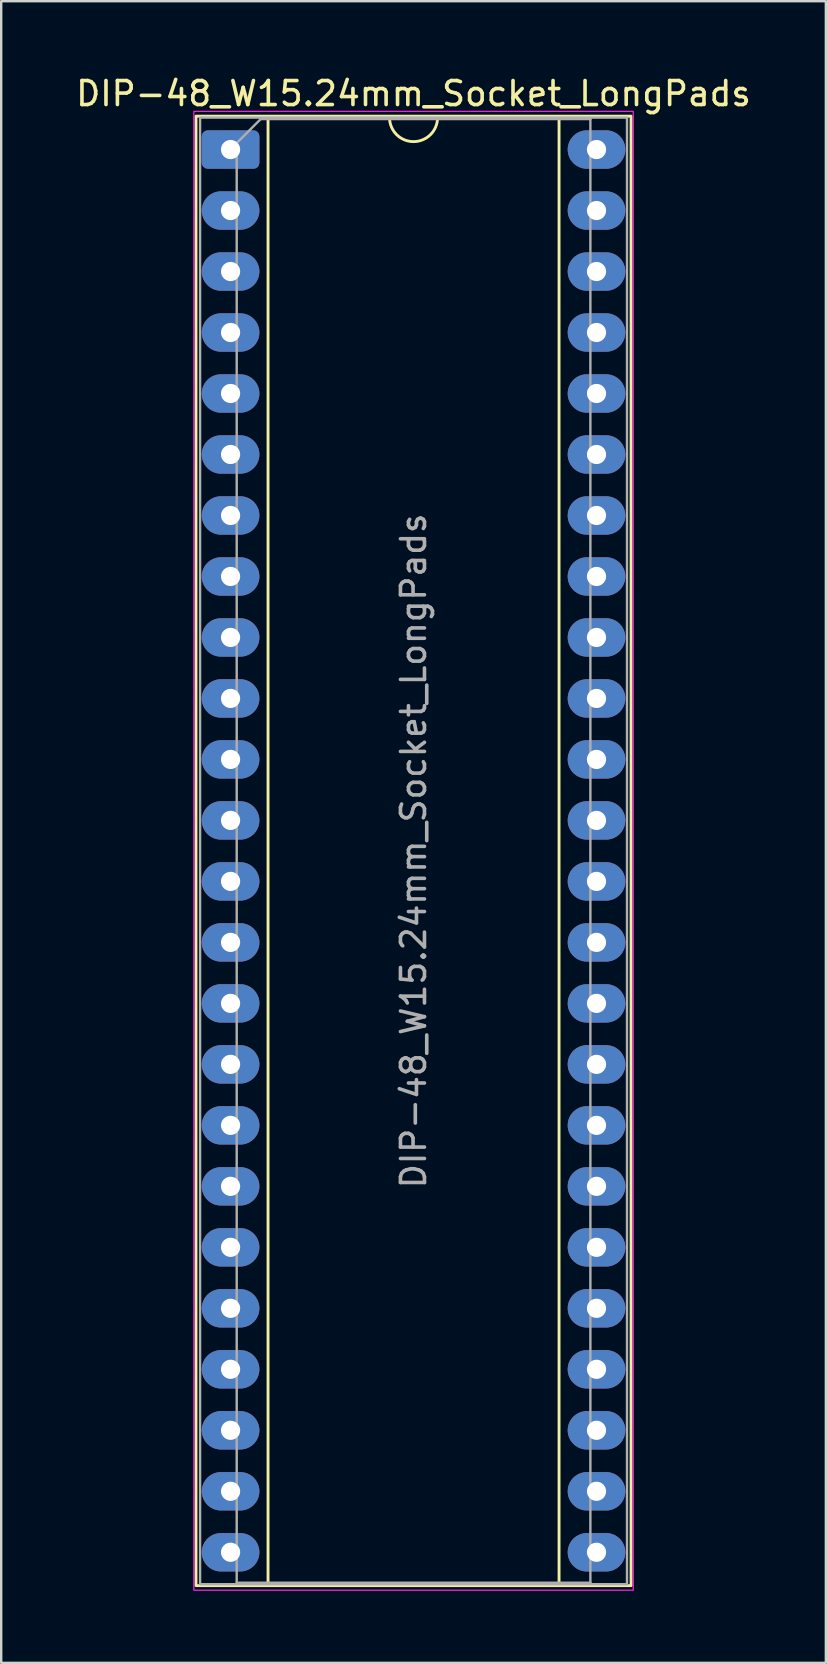
<source format=kicad_pcb>
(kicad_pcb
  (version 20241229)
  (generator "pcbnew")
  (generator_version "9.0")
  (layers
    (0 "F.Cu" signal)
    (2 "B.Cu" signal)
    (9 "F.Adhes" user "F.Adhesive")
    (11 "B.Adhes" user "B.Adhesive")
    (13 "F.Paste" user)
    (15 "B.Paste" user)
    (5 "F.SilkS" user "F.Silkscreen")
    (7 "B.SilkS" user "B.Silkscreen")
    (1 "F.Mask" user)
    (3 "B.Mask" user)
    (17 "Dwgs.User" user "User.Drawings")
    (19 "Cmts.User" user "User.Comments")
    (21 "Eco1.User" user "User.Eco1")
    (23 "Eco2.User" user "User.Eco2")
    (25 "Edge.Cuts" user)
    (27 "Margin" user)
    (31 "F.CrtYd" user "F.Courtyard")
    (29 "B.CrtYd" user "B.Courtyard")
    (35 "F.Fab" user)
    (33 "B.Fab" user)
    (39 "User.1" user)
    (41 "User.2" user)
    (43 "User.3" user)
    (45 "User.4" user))
  (footprint "DIP-48_W15.24mm_Socket_LongPads"
    (layer "F.Cu")
    (at 6.553 3.178)
    (property "Reference" "DIP-48_W15.24mm_Socket_LongPads" (at 7.62 -2.33 0) (layer "F.SilkS") (effects (font (size 1 1) (thickness 0.15))))
    (attr through_hole)
    (fp_line (start 1.56 -1.33) (end 1.56 59.75) (stroke (width 0.12) (type solid)) (layer "F.SilkS"))
    (fp_line (start 1.56 59.75) (end 13.68 59.75) (stroke (width 0.12) (type solid)) (layer "F.SilkS"))
    (fp_line (start 6.62 -1.33) (end 1.56 -1.33) (stroke (width 0.12) (type solid)) (layer "F.SilkS"))
    (fp_line (start 13.68 -1.33) (end 8.62 -1.33) (stroke (width 0.12) (type solid)) (layer "F.SilkS"))
    (fp_line (start 13.68 59.75) (end 13.68 -1.33) (stroke (width 0.12) (type solid)) (layer "F.SilkS"))
    (fp_rect (start -1.44 -1.39) (end 16.68 59.81) (stroke (width 0.12) (type solid)) (fill no) (layer "F.SilkS"))
    (fp_arc (start 8.62 -1.33) (mid 7.62 -0.33) (end 6.62 -1.33) (stroke (width 0.12) (type solid)) (layer "F.SilkS"))
    (fp_rect (start -1.53 -1.59) (end 16.77 60) (stroke (width 0.05) (type solid)) (fill no) (layer "F.CrtYd"))
    (fp_line (start 0.255 -0.27) (end 1.255 -1.27) (stroke (width 0.1) (type solid)) (layer "F.Fab"))
    (fp_line (start 0.255 59.69) (end 0.255 -0.27) (stroke (width 0.1) (type solid)) (layer "F.Fab"))
    (fp_line (start 1.255 -1.27) (end 14.985 -1.27) (stroke (width 0.1) (type solid)) (layer "F.Fab"))
    (fp_line (start 14.985 -1.27) (end 14.985 59.69) (stroke (width 0.1) (type solid)) (layer "F.Fab"))
    (fp_line (start 14.985 59.69) (end 0.255 59.69) (stroke (width 0.1) (type solid)) (layer "F.Fab"))
    (fp_rect (start -1.27 -1.33) (end 16.51 59.75) (stroke (width 0.1) (type solid)) (fill no) (layer "F.Fab"))
    (fp_text user "${REFERENCE}" (at 7.62 29.21 90) (layer "F.Fab") (effects (font (size 1 1) (thickness 0.15))))
    (pad "1" thru_hole roundrect (at 0 0) (size 2.4 1.6) (drill 0.8) (layers "*.Cu" "*.Mask") (roundrect_rratio 0.156))
    (pad "2" thru_hole oval (at 0 2.54) (size 2.4 1.6) (drill 0.8) (layers "*.Cu" "*.Mask"))
    (pad "3" thru_hole oval (at 0 5.08) (size 2.4 1.6) (drill 0.8) (layers "*.Cu" "*.Mask"))
    (pad "4" thru_hole oval (at 0 7.62) (size 2.4 1.6) (drill 0.8) (layers "*.Cu" "*.Mask"))
    (pad "5" thru_hole oval (at 0 10.16) (size 2.4 1.6) (drill 0.8) (layers "*.Cu" "*.Mask"))
    (pad "6" thru_hole oval (at 0 12.7) (size 2.4 1.6) (drill 0.8) (layers "*.Cu" "*.Mask"))
    (pad "7" thru_hole oval (at 0 15.24) (size 2.4 1.6) (drill 0.8) (layers "*.Cu" "*.Mask"))
    (pad "8" thru_hole oval (at 0 17.78) (size 2.4 1.6) (drill 0.8) (layers "*.Cu" "*.Mask"))
    (pad "9" thru_hole oval (at 0 20.32) (size 2.4 1.6) (drill 0.8) (layers "*.Cu" "*.Mask"))
    (pad "10" thru_hole oval (at 0 22.86) (size 2.4 1.6) (drill 0.8) (layers "*.Cu" "*.Mask"))
    (pad "11" thru_hole oval (at 0 25.4) (size 2.4 1.6) (drill 0.8) (layers "*.Cu" "*.Mask"))
    (pad "12" thru_hole oval (at 0 27.94) (size 2.4 1.6) (drill 0.8) (layers "*.Cu" "*.Mask"))
    (pad "13" thru_hole oval (at 0 30.48) (size 2.4 1.6) (drill 0.8) (layers "*.Cu" "*.Mask"))
    (pad "14" thru_hole oval (at 0 33.02) (size 2.4 1.6) (drill 0.8) (layers "*.Cu" "*.Mask"))
    (pad "15" thru_hole oval (at 0 35.56) (size 2.4 1.6) (drill 0.8) (layers "*.Cu" "*.Mask"))
    (pad "16" thru_hole oval (at 0 38.1) (size 2.4 1.6) (drill 0.8) (layers "*.Cu" "*.Mask"))
    (pad "17" thru_hole oval (at 0 40.64) (size 2.4 1.6) (drill 0.8) (layers "*.Cu" "*.Mask"))
    (pad "18" thru_hole oval (at 0 43.18) (size 2.4 1.6) (drill 0.8) (layers "*.Cu" "*.Mask"))
    (pad "19" thru_hole oval (at 0 45.72) (size 2.4 1.6) (drill 0.8) (layers "*.Cu" "*.Mask"))
    (pad "20" thru_hole oval (at 0 48.26) (size 2.4 1.6) (drill 0.8) (layers "*.Cu" "*.Mask"))
    (pad "21" thru_hole oval (at 0 50.8) (size 2.4 1.6) (drill 0.8) (layers "*.Cu" "*.Mask"))
    (pad "22" thru_hole oval (at 0 53.34) (size 2.4 1.6) (drill 0.8) (layers "*.Cu" "*.Mask"))
    (pad "23" thru_hole oval (at 0 55.88) (size 2.4 1.6) (drill 0.8) (layers "*.Cu" "*.Mask"))
    (pad "24" thru_hole oval (at 0 58.42) (size 2.4 1.6) (drill 0.8) (layers "*.Cu" "*.Mask"))
    (pad "25" thru_hole oval (at 15.24 58.42) (size 2.4 1.6) (drill 0.8) (layers "*.Cu" "*.Mask"))
    (pad "26" thru_hole oval (at 15.24 55.88) (size 2.4 1.6) (drill 0.8) (layers "*.Cu" "*.Mask"))
    (pad "27" thru_hole oval (at 15.24 53.34) (size 2.4 1.6) (drill 0.8) (layers "*.Cu" "*.Mask"))
    (pad "28" thru_hole oval (at 15.24 50.8) (size 2.4 1.6) (drill 0.8) (layers "*.Cu" "*.Mask"))
    (pad "29" thru_hole oval (at 15.24 48.26) (size 2.4 1.6) (drill 0.8) (layers "*.Cu" "*.Mask"))
    (pad "30" thru_hole oval (at 15.24 45.72) (size 2.4 1.6) (drill 0.8) (layers "*.Cu" "*.Mask"))
    (pad "31" thru_hole oval (at 15.24 43.18) (size 2.4 1.6) (drill 0.8) (layers "*.Cu" "*.Mask"))
    (pad "32" thru_hole oval (at 15.24 40.64) (size 2.4 1.6) (drill 0.8) (layers "*.Cu" "*.Mask"))
    (pad "33" thru_hole oval (at 15.24 38.1) (size 2.4 1.6) (drill 0.8) (layers "*.Cu" "*.Mask"))
    (pad "34" thru_hole oval (at 15.24 35.56) (size 2.4 1.6) (drill 0.8) (layers "*.Cu" "*.Mask"))
    (pad "35" thru_hole oval (at 15.24 33.02) (size 2.4 1.6) (drill 0.8) (layers "*.Cu" "*.Mask"))
    (pad "36" thru_hole oval (at 15.24 30.48) (size 2.4 1.6) (drill 0.8) (layers "*.Cu" "*.Mask"))
    (pad "37" thru_hole oval (at 15.24 27.94) (size 2.4 1.6) (drill 0.8) (layers "*.Cu" "*.Mask"))
    (pad "38" thru_hole oval (at 15.24 25.4) (size 2.4 1.6) (drill 0.8) (layers "*.Cu" "*.Mask"))
    (pad "39" thru_hole oval (at 15.24 22.86) (size 2.4 1.6) (drill 0.8) (layers "*.Cu" "*.Mask"))
    (pad "40" thru_hole oval (at 15.24 20.32) (size 2.4 1.6) (drill 0.8) (layers "*.Cu" "*.Mask"))
    (pad "41" thru_hole oval (at 15.24 17.78) (size 2.4 1.6) (drill 0.8) (layers "*.Cu" "*.Mask"))
    (pad "42" thru_hole oval (at 15.24 15.24) (size 2.4 1.6) (drill 0.8) (layers "*.Cu" "*.Mask"))
    (pad "43" thru_hole oval (at 15.24 12.7) (size 2.4 1.6) (drill 0.8) (layers "*.Cu" "*.Mask"))
    (pad "44" thru_hole oval (at 15.24 10.16) (size 2.4 1.6) (drill 0.8) (layers "*.Cu" "*.Mask"))
    (pad "45" thru_hole oval (at 15.24 7.62) (size 2.4 1.6) (drill 0.8) (layers "*.Cu" "*.Mask"))
    (pad "46" thru_hole oval (at 15.24 5.08) (size 2.4 1.6) (drill 0.8) (layers "*.Cu" "*.Mask"))
    (pad "47" thru_hole oval (at 15.24 2.54) (size 2.4 1.6) (drill 0.8) (layers "*.Cu" "*.Mask"))
    (pad "48" thru_hole oval (at 15.24 0) (size 2.4 1.6) (drill 0.8) (layers "*.Cu" "*.Mask")))
  (gr_rect
    (start -3 -3)
    (end 31.345 66.203)
    (stroke (width 0.1) (type default))
    (fill no)
    (layer "Edge.Cuts")))
</source>
